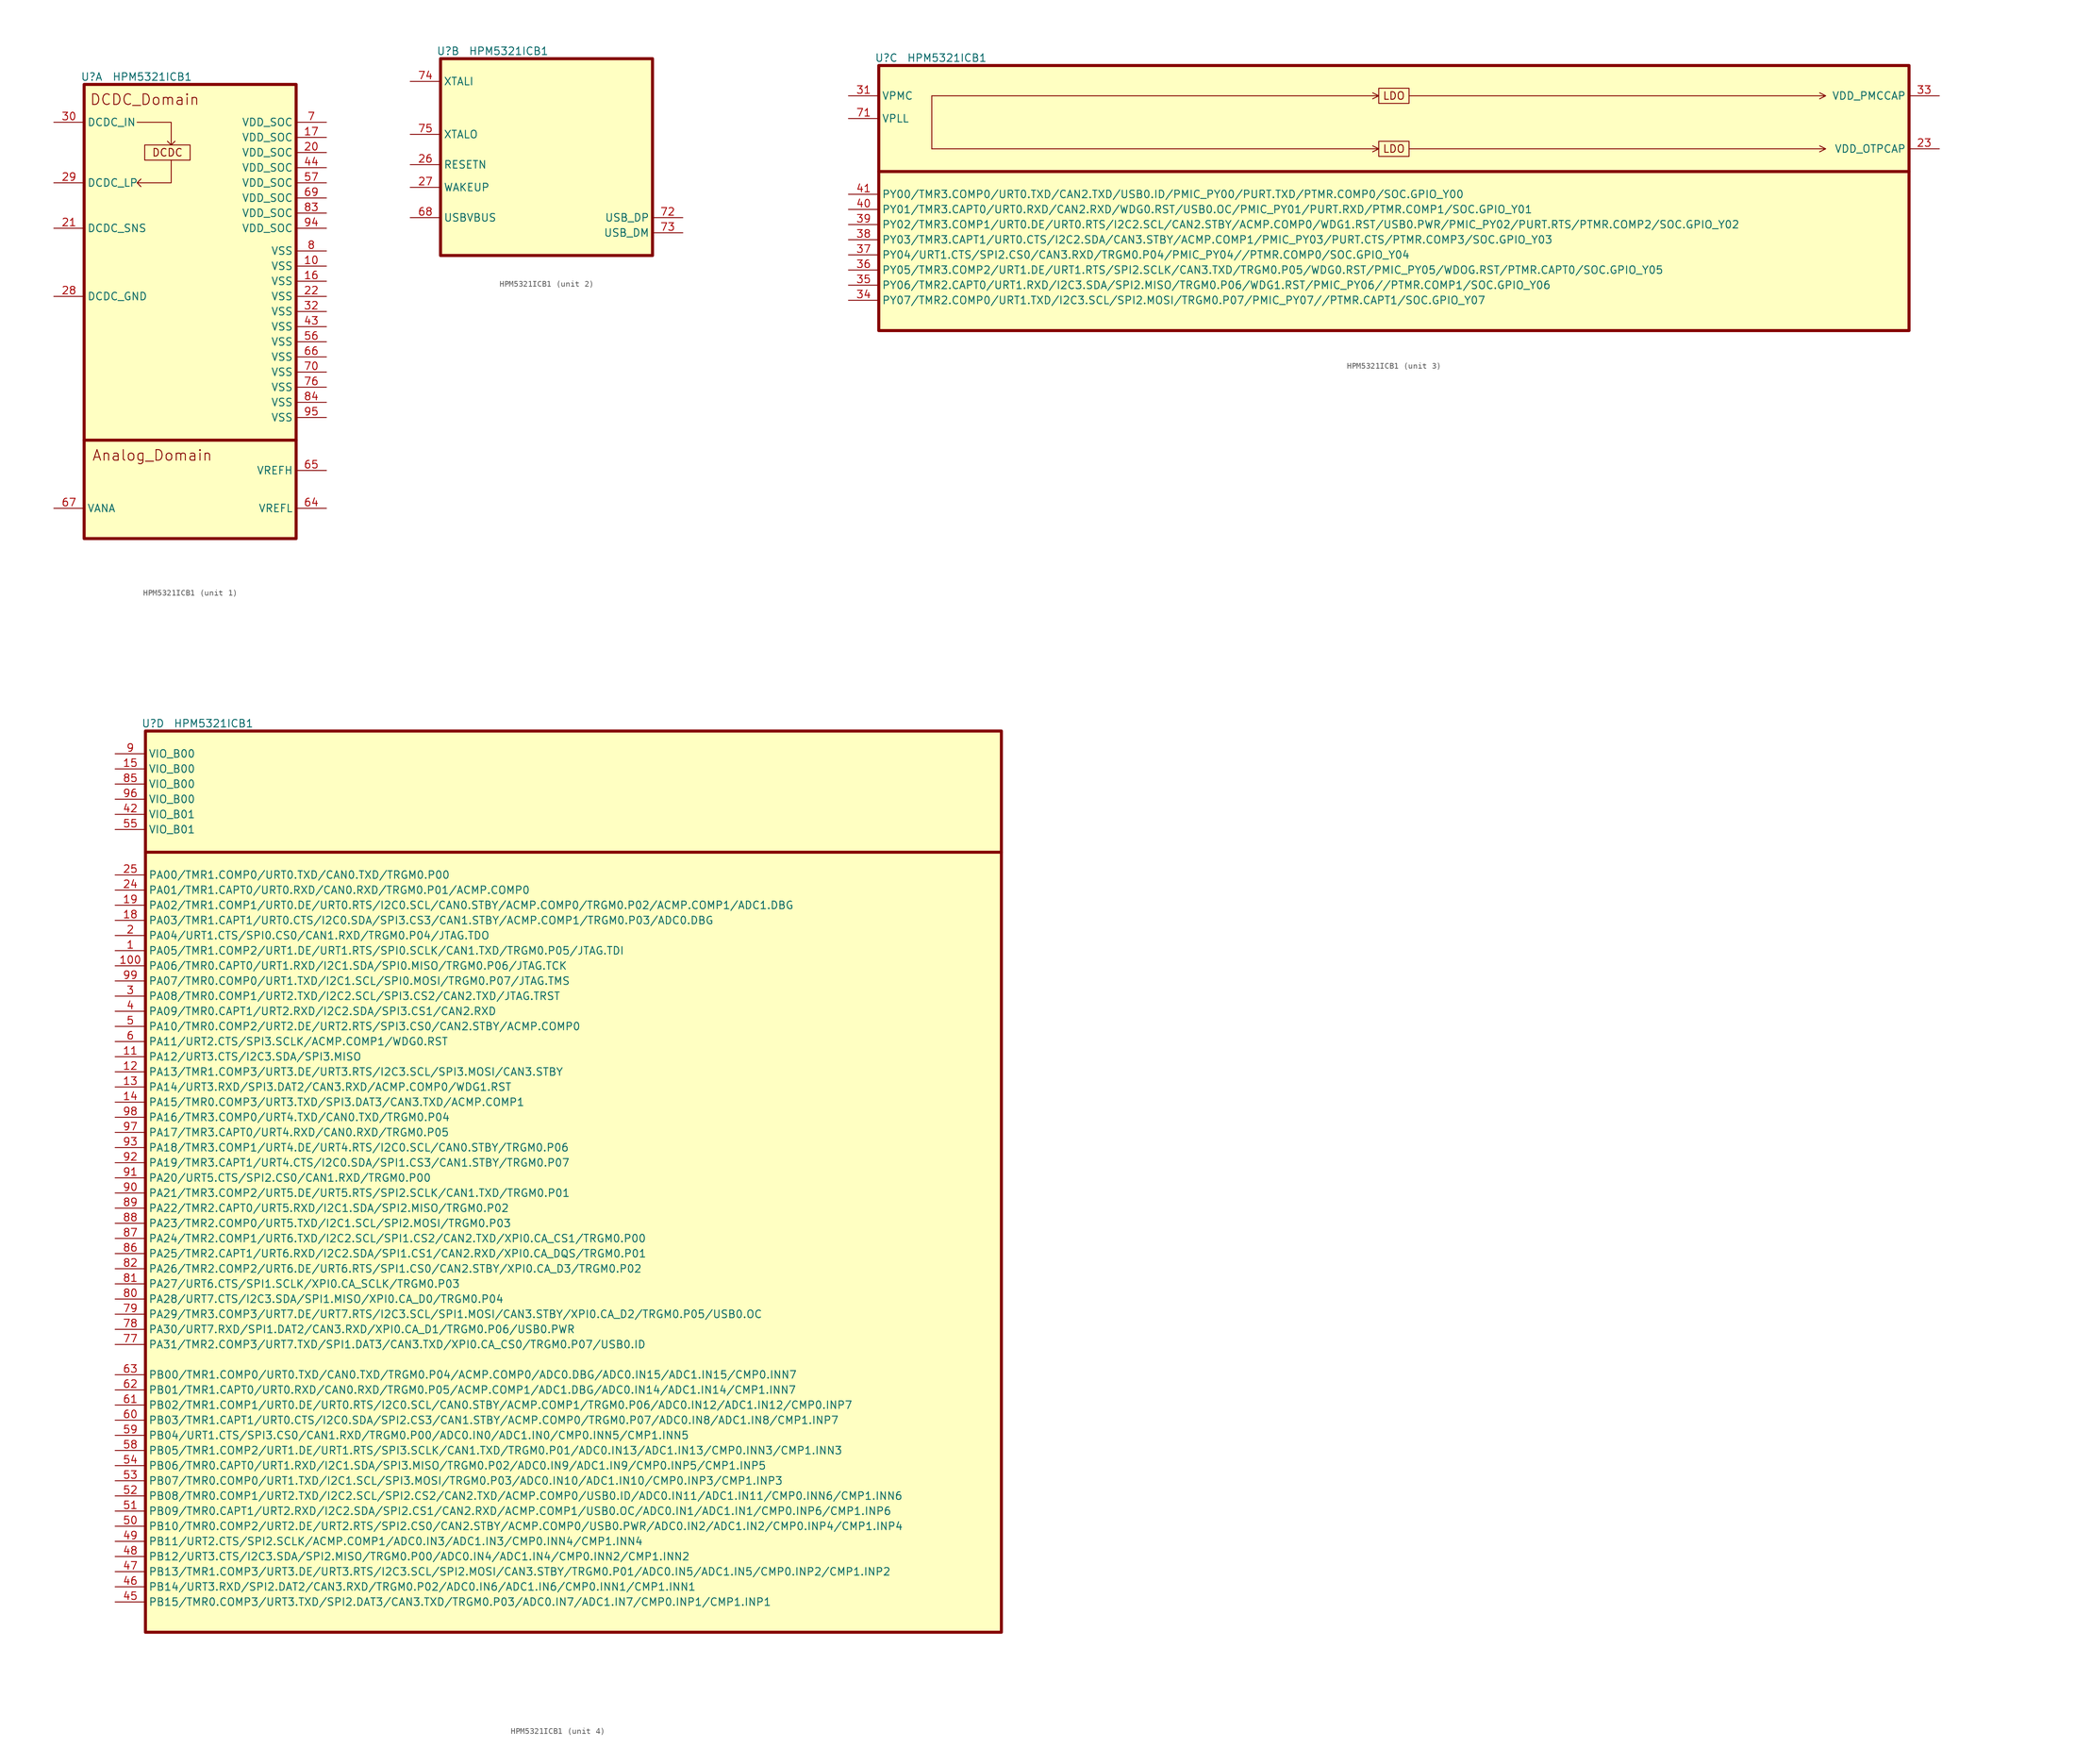
<source format=kicad_sym>
(kicad_symbol_lib
  (version 20220914)
  (generator kicad_symbol_editor)
  (symbol "HPM5321ICB1"
    (property "Reference" "U"
      (at 1.27 1.27 0)
      (effects (font (size 1.27 1.27))))
    (property "Value" "HPM5321ICB1"
      (at 11.43 1.27 0)
      (effects (font (size 1.27 1.27))))
    (property "ki_locked" ""
      (at 0 0 0)
      (effects (font (size 1.27 1.27))))
    (symbol "HPM5321ICB1_1_1"
      (polyline (pts (xy 0 -59.69) (xy 35.56 -59.69)) (stroke (width 0.508) (type default)) (fill (type none)))
      (polyline (pts (xy 8.89 -6.35) (xy 14.605 -6.35) (xy 14.605 -10.16) (xy 13.97 -9.525) (xy 14.605 -10.16) (xy 15.24 -9.525)) (stroke (width 0) (type default)) (fill (type none)))
      (polyline (pts (xy 14.605 -12.7) (xy 14.605 -16.51) (xy 8.89 -16.51) (xy 9.525 -15.875) (xy 8.89 -16.51) (xy 9.525 -17.145)) (stroke (width 0) (type default)) (fill (type none)))
      (rectangle (start 0 0) (end 35.56 -76.2) (stroke (width 0.508) (type default)) (fill (type background)))
      (rectangle (start 10.16 -10.16) (end 17.78 -12.7) (stroke (width 0) (type default)) (fill (type none)))
      (text "Analog_Domain" (at 11.43 -62.23 0) (effects (font (size 1.778 1.778))))
      (text "DCDC" (at 13.97 -11.43 0) (effects (font (size 1.27 1.27))))
      (text "DCDC_Domain" (at 10.16 -2.54 0) (effects (font (size 1.778 1.778))))
      (pin power_in line (at 40.64 -30.48 180) (length 5.08) (name "VSS" (effects (font (size 1.27 1.27)))) (number "10" (effects (font (size 1.27 1.27)))))
      (pin power_in line (at 40.64 -33.02 180) (length 5.08) (name "VSS" (effects (font (size 1.27 1.27)))) (number "16" (effects (font (size 1.27 1.27)))))
      (pin power_in line (at 40.64 -8.89 180) (length 5.08) (name "VDD_SOC" (effects (font (size 1.27 1.27)))) (number "17" (effects (font (size 1.27 1.27)))))
      (pin power_in line (at 40.64 -11.43 180) (length 5.08) (name "VDD_SOC" (effects (font (size 1.27 1.27)))) (number "20" (effects (font (size 1.27 1.27)))))
      (pin power_in line (at -5.08 -24.13 0) (length 5.08) (name "DCDC_SNS" (effects (font (size 1.27 1.27)))) (number "21" (effects (font (size 1.27 1.27)))))
      (pin power_in line (at 40.64 -35.56 180) (length 5.08) (name "VSS" (effects (font (size 1.27 1.27)))) (number "22" (effects (font (size 1.27 1.27)))))
      (pin power_in line (at -5.08 -35.56 0) (length 5.08) (name "DCDC_GND" (effects (font (size 1.27 1.27)))) (number "28" (effects (font (size 1.27 1.27)))))
      (pin power_in line (at -5.08 -16.51 0) (length 5.08) (name "DCDC_LP" (effects (font (size 1.27 1.27)))) (number "29" (effects (font (size 1.27 1.27)))))
      (pin power_in line (at -5.08 -6.35 0) (length 5.08) (name "DCDC_IN" (effects (font (size 1.27 1.27)))) (number "30" (effects (font (size 1.27 1.27)))))
      (pin power_in line (at 40.64 -38.1 180) (length 5.08) (name "VSS" (effects (font (size 1.27 1.27)))) (number "32" (effects (font (size 1.27 1.27)))))
      (pin power_in line (at 40.64 -40.64 180) (length 5.08) (name "VSS" (effects (font (size 1.27 1.27)))) (number "43" (effects (font (size 1.27 1.27)))))
      (pin power_in line (at 40.64 -13.97 180) (length 5.08) (name "VDD_SOC" (effects (font (size 1.27 1.27)))) (number "44" (effects (font (size 1.27 1.27)))))
      (pin power_in line (at 40.64 -43.18 180) (length 5.08) (name "VSS" (effects (font (size 1.27 1.27)))) (number "56" (effects (font (size 1.27 1.27)))))
      (pin power_in line (at 40.64 -16.51 180) (length 5.08) (name "VDD_SOC" (effects (font (size 1.27 1.27)))) (number "57" (effects (font (size 1.27 1.27)))))
      (pin power_in line (at 40.64 -71.12 180) (length 5.08) (name "VREFL" (effects (font (size 1.27 1.27)))) (number "64" (effects (font (size 1.27 1.27)))))
      (pin power_in line (at 40.64 -64.77 180) (length 5.08) (name "VREFH" (effects (font (size 1.27 1.27)))) (number "65" (effects (font (size 1.27 1.27)))))
      (pin power_in line (at 40.64 -45.72 180) (length 5.08) (name "VSS" (effects (font (size 1.27 1.27)))) (number "66" (effects (font (size 1.27 1.27)))))
      (pin power_in line (at -5.08 -71.12 0) (length 5.08) (name "VANA" (effects (font (size 1.27 1.27)))) (number "67" (effects (font (size 1.27 1.27)))))
      (pin power_in line (at 40.64 -19.05 180) (length 5.08) (name "VDD_SOC" (effects (font (size 1.27 1.27)))) (number "69" (effects (font (size 1.27 1.27)))))
      (pin power_in line (at 40.64 -6.35 180) (length 5.08) (name "VDD_SOC" (effects (font (size 1.27 1.27)))) (number "7" (effects (font (size 1.27 1.27)))))
      (pin power_in line (at 40.64 -48.26 180) (length 5.08) (name "VSS" (effects (font (size 1.27 1.27)))) (number "70" (effects (font (size 1.27 1.27)))))
      (pin power_in line (at 40.64 -50.8 180) (length 5.08) (name "VSS" (effects (font (size 1.27 1.27)))) (number "76" (effects (font (size 1.27 1.27)))))
      (pin power_in line (at 40.64 -27.94 180) (length 5.08) (name "VSS" (effects (font (size 1.27 1.27)))) (number "8" (effects (font (size 1.27 1.27)))))
      (pin power_in line (at 40.64 -21.59 180) (length 5.08) (name "VDD_SOC" (effects (font (size 1.27 1.27)))) (number "83" (effects (font (size 1.27 1.27)))))
      (pin power_in line (at 40.64 -53.34 180) (length 5.08) (name "VSS" (effects (font (size 1.27 1.27)))) (number "84" (effects (font (size 1.27 1.27)))))
      (pin power_in line (at 40.64 -24.13 180) (length 5.08) (name "VDD_SOC" (effects (font (size 1.27 1.27)))) (number "94" (effects (font (size 1.27 1.27)))))
      (pin power_in line (at 40.64 -55.88 180) (length 5.08) (name "VSS" (effects (font (size 1.27 1.27)))) (number "95" (effects (font (size 1.27 1.27))))))
    (symbol "HPM5321ICB1_2_1"
      (rectangle (start 0 0) (end 35.56 -33.02) (stroke (width 0.508) (type default)) (fill (type background)))
      (pin input line (at -5.08 -17.78 0) (length 5.08) (name "RESETN" (effects (font (size 1.27 1.27)))) (number "26" (effects (font (size 1.27 1.27)))))
      (pin input line (at -5.08 -21.59 0) (length 5.08) (name "WAKEUP" (effects (font (size 1.27 1.27)))) (number "27" (effects (font (size 1.27 1.27)))))
      (pin power_in line (at -5.08 -26.67 0) (length 5.08) (name "USBVBUS" (effects (font (size 1.27 1.27)))) (number "68" (effects (font (size 1.27 1.27)))))
      (pin bidirectional line (at 40.64 -26.67 180) (length 5.08) (name "USB_DP" (effects (font (size 1.27 1.27)))) (number "72" (effects (font (size 1.27 1.27)))))
      (pin bidirectional line (at 40.64 -29.21 180) (length 5.08) (name "USB_DM" (effects (font (size 1.27 1.27)))) (number "73" (effects (font (size 1.27 1.27)))))
      (pin bidirectional line (at -5.08 -3.81 0) (length 5.08) (name "XTALI" (effects (font (size 1.27 1.27)))) (number "74" (effects (font (size 1.27 1.27)))))
      (pin bidirectional line (at -5.08 -12.7 0) (length 5.08) (name "XTALO" (effects (font (size 1.27 1.27)))) (number "75" (effects (font (size 1.27 1.27))))))
    (symbol "HPM5321ICB1_3_0"
      (polyline (pts (xy 8.89 -13.97) (xy 83.82 -13.97) (xy 82.804 -13.462) (xy 83.82 -13.97) (xy 82.804 -14.478)) (stroke (width 0) (type default)) (fill (type none)))
      (polyline (pts (xy 8.89 -5.08) (xy 83.82 -5.08) (xy 82.804 -4.572) (xy 83.82 -5.08) (xy 82.804 -5.588)) (stroke (width 0) (type default)) (fill (type none)))
      (polyline (pts (xy 88.9 -13.97) (xy 158.75 -13.97) (xy 157.734 -13.462) (xy 158.75 -13.97) (xy 157.734 -14.478)) (stroke (width 0) (type default)) (fill (type none)))
      (polyline (pts (xy 88.9 -5.08) (xy 158.75 -5.08) (xy 157.734 -4.572) (xy 158.75 -5.08) (xy 157.734 -5.588)) (stroke (width 0) (type default)) (fill (type none))))
    (symbol "HPM5321ICB1_3_1"
      (polyline (pts (xy 0 -17.78) (xy 172.72 -17.78)) (stroke (width 0.508) (type default)) (fill (type none)))
      (polyline (pts (xy 8.89 -12.7) (xy 8.89 -5.08) (xy 8.89 -13.97)) (stroke (width 0) (type default)) (fill (type none)))
      (rectangle (start 0 0) (end 172.72 -44.45) (stroke (width 0.508) (type default)) (fill (type background)))
      (rectangle (start 83.82 -12.7) (end 88.9 -15.24) (stroke (width 0) (type default)) (fill (type none)))
      (rectangle (start 83.82 -3.81) (end 88.9 -6.35) (stroke (width 0) (type default)) (fill (type none)))
      (text "LDO" (at 86.36 -13.97 0) (effects (font (size 1.27 1.27))))
      (text "LDO" (at 86.36 -5.08 0) (effects (font (size 1.27 1.27))))
      (pin power_out line (at 177.8 -13.97 180) (length 5.08) (name "VDD_OTPCAP" (effects (font (size 1.27 1.27)))) (number "23" (effects (font (size 1.27 1.27)))))
      (pin power_in line (at -5.08 -5.08 0) (length 5.08) (name "VPMC" (effects (font (size 1.27 1.27)))) (number "31" (effects (font (size 1.27 1.27)))))
      (pin power_out line (at 177.8 -5.08 180) (length 5.08) (name "VDD_PMCCAP" (effects (font (size 1.27 1.27)))) (number "33" (effects (font (size 1.27 1.27)))))
      (pin bidirectional line (at -5.08 -39.37 0) (length 5.08) (name "PY07/TMR2.COMP0/URT1.TXD/I2C3.SCL/SPI2.MOSI/TRGM0.P07/PMIC_PY07//PTMR.CAPT1/SOC.GPIO_Y07" (effects (font (size 1.27 1.27)))) (number "34" (effects (font (size 1.27 1.27)))))
      (pin bidirectional line (at -5.08 -36.83 0) (length 5.08) (name "PY06/TMR2.CAPT0/URT1.RXD/I2C3.SDA/SPI2.MISO/TRGM0.P06/WDG1.RST/PMIC_PY06//PTMR.COMP1/SOC.GPIO_Y06" (effects (font (size 1.27 1.27)))) (number "35" (effects (font (size 1.27 1.27)))))
      (pin bidirectional line (at -5.08 -34.29 0) (length 5.08) (name "PY05/TMR3.COMP2/URT1.DE/URT1.RTS/SPI2.SCLK/CAN3.TXD/TRGM0.P05/WDG0.RST/PMIC_PY05/WDOG.RST/PTMR.CAPT0/SOC.GPIO_Y05" (effects (font (size 1.27 1.27)))) (number "36" (effects (font (size 1.27 1.27)))))
      (pin bidirectional line (at -5.08 -31.75 0) (length 5.08) (name "PY04/URT1.CTS/SPI2.CS0/CAN3.RXD/TRGM0.P04/PMIC_PY04//PTMR.COMP0/SOC.GPIO_Y04" (effects (font (size 1.27 1.27)))) (number "37" (effects (font (size 1.27 1.27)))))
      (pin bidirectional line (at -5.08 -29.21 0) (length 5.08) (name "PY03/TMR3.CAPT1/URT0.CTS/I2C2.SDA/CAN3.STBY/ACMP.COMP1/PMIC_PY03/PURT.CTS/PTMR.COMP3/SOC.GPIO_Y03" (effects (font (size 1.27 1.27)))) (number "38" (effects (font (size 1.27 1.27)))))
      (pin bidirectional line (at -5.08 -26.67 0) (length 5.08) (name "PY02/TMR3.COMP1/URT0.DE/URT0.RTS/I2C2.SCL/CAN2.STBY/ACMP.COMP0/WDG1.RST/USB0.PWR/PMIC_PY02/PURT.RTS/PTMR.COMP2/SOC.GPIO_Y02" (effects (font (size 1.27 1.27)))) (number "39" (effects (font (size 1.27 1.27)))))
      (pin bidirectional line (at -5.08 -24.13 0) (length 5.08) (name "PY01/TMR3.CAPT0/URT0.RXD/CAN2.RXD/WDG0.RST/USB0.OC/PMIC_PY01/PURT.RXD/PTMR.COMP1/SOC.GPIO_Y01" (effects (font (size 1.27 1.27)))) (number "40" (effects (font (size 1.27 1.27)))))
      (pin bidirectional line (at -5.08 -21.59 0) (length 5.08) (name "PY00/TMR3.COMP0/URT0.TXD/CAN2.TXD/USB0.ID/PMIC_PY00/PURT.TXD/PTMR.COMP0/SOC.GPIO_Y00" (effects (font (size 1.27 1.27)))) (number "41" (effects (font (size 1.27 1.27)))))
      (pin power_in line (at -5.08 -8.89 0) (length 5.08) (name "VPLL" (effects (font (size 1.27 1.27)))) (number "71" (effects (font (size 1.27 1.27))))))
    (symbol "HPM5321ICB1_4_1"
      (polyline (pts (xy 0 -20.32) (xy 143.51 -20.32)) (stroke (width 0.5) (type default)) (fill (type none)))
      (rectangle (start 0 0) (end 143.51 -151.13) (stroke (width 0.508) (type default)) (fill (type background)))
      (pin bidirectional line (at -5.08 -36.83 0) (length 5.08) (name "PA05/TMR1.COMP2/URT1.DE/URT1.RTS/SPI0.SCLK/CAN1.TXD/TRGM0.P05/JTAG.TDI" (effects (font (size 1.27 1.27)))) (number "1" (effects (font (size 1.27 1.27)))))
      (pin bidirectional line (at -5.08 -39.37 0) (length 5.08) (name "PA06/TMR0.CAPT0/URT1.RXD/I2C1.SDA/SPI0.MISO/TRGM0.P06/JTAG.TCK" (effects (font (size 1.27 1.27)))) (number "100" (effects (font (size 1.27 1.27)))))
      (pin bidirectional line (at -5.08 -54.61 0) (length 5.08) (name "PA12/URT3.CTS/I2C3.SDA/SPI3.MISO" (effects (font (size 1.27 1.27)))) (number "11" (effects (font (size 1.27 1.27)))))
      (pin bidirectional line (at -5.08 -57.15 0) (length 5.08) (name "PA13/TMR1.COMP3/URT3.DE/URT3.RTS/I2C3.SCL/SPI3.MOSI/CAN3.STBY" (effects (font (size 1.27 1.27)))) (number "12" (effects (font (size 1.27 1.27)))))
      (pin bidirectional line (at -5.08 -59.69 0) (length 5.08) (name "PA14/URT3.RXD/SPI3.DAT2/CAN3.RXD/ACMP.COMP0/WDG1.RST" (effects (font (size 1.27 1.27)))) (number "13" (effects (font (size 1.27 1.27)))))
      (pin bidirectional line (at -5.08 -62.23 0) (length 5.08) (name "PA15/TMR0.COMP3/URT3.TXD/SPI3.DAT3/CAN3.TXD/ACMP.COMP1" (effects (font (size 1.27 1.27)))) (number "14" (effects (font (size 1.27 1.27)))))
      (pin power_in line (at -5.08 -6.35 0) (length 5.08) (name "VIO_B00" (effects (font (size 1.27 1.27)))) (number "15" (effects (font (size 1.27 1.27)))))
      (pin bidirectional line (at -5.08 -31.75 0) (length 5.08) (name "PA03/TMR1.CAPT1/URT0.CTS/I2C0.SDA/SPI3.CS3/CAN1.STBY/ACMP.COMP1/TRGM0.P03/ADC0.DBG" (effects (font (size 1.27 1.27)))) (number "18" (effects (font (size 1.27 1.27)))))
      (pin bidirectional line (at -5.08 -29.21 0) (length 5.08) (name "PA02/TMR1.COMP1/URT0.DE/URT0.RTS/I2C0.SCL/CAN0.STBY/ACMP.COMP0/TRGM0.P02/ACMP.COMP1/ADC1.DBG" (effects (font (size 1.27 1.27)))) (number "19" (effects (font (size 1.27 1.27)))))
      (pin bidirectional line (at -5.08 -34.29 0) (length 5.08) (name "PA04/URT1.CTS/SPI0.CS0/CAN1.RXD/TRGM0.P04/JTAG.TDO" (effects (font (size 1.27 1.27)))) (number "2" (effects (font (size 1.27 1.27)))))
      (pin bidirectional line (at -5.08 -26.67 0) (length 5.08) (name "PA01/TMR1.CAPT0/URT0.RXD/CAN0.RXD/TRGM0.P01/ACMP.COMP0" (effects (font (size 1.27 1.27)))) (number "24" (effects (font (size 1.27 1.27)))))
      (pin bidirectional line (at -5.08 -24.13 0) (length 5.08) (name "PA00/TMR1.COMP0/URT0.TXD/CAN0.TXD/TRGM0.P00" (effects (font (size 1.27 1.27)))) (number "25" (effects (font (size 1.27 1.27)))))
      (pin bidirectional line (at -5.08 -44.45 0) (length 5.08) (name "PA08/TMR0.COMP1/URT2.TXD/I2C2.SCL/SPI3.CS2/CAN2.TXD/JTAG.TRST" (effects (font (size 1.27 1.27)))) (number "3" (effects (font (size 1.27 1.27)))))
      (pin bidirectional line (at -5.08 -46.99 0) (length 5.08) (name "PA09/TMR0.CAPT1/URT2.RXD/I2C2.SDA/SPI3.CS1/CAN2.RXD" (effects (font (size 1.27 1.27)))) (number "4" (effects (font (size 1.27 1.27)))))
      (pin power_in line (at -5.08 -13.97 0) (length 5.08) (name "VIO_B01" (effects (font (size 1.27 1.27)))) (number "42" (effects (font (size 1.27 1.27)))))
      (pin bidirectional line (at -5.08 -146.05 0) (length 5.08) (name "PB15/TMR0.COMP3/URT3.TXD/SPI2.DAT3/CAN3.TXD/TRGM0.P03/ADC0.IN7/ADC1.IN7/CMP0.INP1/CMP1.INP1" (effects (font (size 1.27 1.27)))) (number "45" (effects (font (size 1.27 1.27)))))
      (pin bidirectional line (at -5.08 -143.51 0) (length 5.08) (name "PB14/URT3.RXD/SPI2.DAT2/CAN3.RXD/TRGM0.P02/ADC0.IN6/ADC1.IN6/CMP0.INN1/CMP1.INN1" (effects (font (size 1.27 1.27)))) (number "46" (effects (font (size 1.27 1.27)))))
      (pin bidirectional line (at -5.08 -140.97 0) (length 5.08) (name "PB13/TMR1.COMP3/URT3.DE/URT3.RTS/I2C3.SCL/SPI2.MOSI/CAN3.STBY/TRGM0.P01/ADC0.IN5/ADC1.IN5/CMP0.INP2/CMP1.INP2" (effects (font (size 1.27 1.27)))) (number "47" (effects (font (size 1.27 1.27)))))
      (pin bidirectional line (at -5.08 -138.43 0) (length 5.08) (name "PB12/URT3.CTS/I2C3.SDA/SPI2.MISO/TRGM0.P00/ADC0.IN4/ADC1.IN4/CMP0.INN2/CMP1.INN2" (effects (font (size 1.27 1.27)))) (number "48" (effects (font (size 1.27 1.27)))))
      (pin bidirectional line (at -5.08 -135.89 0) (length 5.08) (name "PB11/URT2.CTS/SPI2.SCLK/ACMP.COMP1/ADC0.IN3/ADC1.IN3/CMP0.INN4/CMP1.INN4" (effects (font (size 1.27 1.27)))) (number "49" (effects (font (size 1.27 1.27)))))
      (pin bidirectional line (at -5.08 -49.53 0) (length 5.08) (name "PA10/TMR0.COMP2/URT2.DE/URT2.RTS/SPI3.CS0/CAN2.STBY/ACMP.COMP0" (effects (font (size 1.27 1.27)))) (number "5" (effects (font (size 1.27 1.27)))))
      (pin bidirectional line (at -5.08 -133.35 0) (length 5.08) (name "PB10/TMR0.COMP2/URT2.DE/URT2.RTS/SPI2.CS0/CAN2.STBY/ACMP.COMP0/USB0.PWR/ADC0.IN2/ADC1.IN2/CMP0.INP4/CMP1.INP4" (effects (font (size 1.27 1.27)))) (number "50" (effects (font (size 1.27 1.27)))))
      (pin bidirectional line (at -5.08 -130.81 0) (length 5.08) (name "PB09/TMR0.CAPT1/URT2.RXD/I2C2.SDA/SPI2.CS1/CAN2.RXD/ACMP.COMP1/USB0.OC/ADC0.IN1/ADC1.IN1/CMP0.INP6/CMP1.INP6" (effects (font (size 1.27 1.27)))) (number "51" (effects (font (size 1.27 1.27)))))
      (pin bidirectional line (at -5.08 -128.27 0) (length 5.08) (name "PB08/TMR0.COMP1/URT2.TXD/I2C2.SCL/SPI2.CS2/CAN2.TXD/ACMP.COMP0/USB0.ID/ADC0.IN11/ADC1.IN11/CMP0.INN6/CMP1.INN6" (effects (font (size 1.27 1.27)))) (number "52" (effects (font (size 1.27 1.27)))))
      (pin bidirectional line (at -5.08 -125.73 0) (length 5.08) (name "PB07/TMR0.COMP0/URT1.TXD/I2C1.SCL/SPI3.MOSI/TRGM0.P03/ADC0.IN10/ADC1.IN10/CMP0.INP3/CMP1.INP3" (effects (font (size 1.27 1.27)))) (number "53" (effects (font (size 1.27 1.27)))))
      (pin bidirectional line (at -5.08 -123.19 0) (length 5.08) (name "PB06/TMR0.CAPT0/URT1.RXD/I2C1.SDA/SPI3.MISO/TRGM0.P02/ADC0.IN9/ADC1.IN9/CMP0.INP5/CMP1.INP5" (effects (font (size 1.27 1.27)))) (number "54" (effects (font (size 1.27 1.27)))))
      (pin power_in line (at -5.08 -16.51 0) (length 5.08) (name "VIO_B01" (effects (font (size 1.27 1.27)))) (number "55" (effects (font (size 1.27 1.27)))))
      (pin bidirectional line (at -5.08 -120.65 0) (length 5.08) (name "PB05/TMR1.COMP2/URT1.DE/URT1.RTS/SPI3.SCLK/CAN1.TXD/TRGM0.P01/ADC0.IN13/ADC1.IN13/CMP0.INN3/CMP1.INN3" (effects (font (size 1.27 1.27)))) (number "58" (effects (font (size 1.27 1.27)))))
      (pin bidirectional line (at -5.08 -118.11 0) (length 5.08) (name "PB04/URT1.CTS/SPI3.CS0/CAN1.RXD/TRGM0.P00/ADC0.IN0/ADC1.IN0/CMP0.INN5/CMP1.INN5" (effects (font (size 1.27 1.27)))) (number "59" (effects (font (size 1.27 1.27)))))
      (pin bidirectional line (at -5.08 -52.07 0) (length 5.08) (name "PA11/URT2.CTS/SPI3.SCLK/ACMP.COMP1/WDG0.RST" (effects (font (size 1.27 1.27)))) (number "6" (effects (font (size 1.27 1.27)))))
      (pin bidirectional line (at -5.08 -115.57 0) (length 5.08) (name "PB03/TMR1.CAPT1/URT0.CTS/I2C0.SDA/SPI2.CS3/CAN1.STBY/ACMP.COMP0/TRGM0.P07/ADC0.IN8/ADC1.IN8/CMP1.INP7" (effects (font (size 1.27 1.27)))) (number "60" (effects (font (size 1.27 1.27)))))
      (pin bidirectional line (at -5.08 -113.03 0) (length 5.08) (name "PB02/TMR1.COMP1/URT0.DE/URT0.RTS/I2C0.SCL/CAN0.STBY/ACMP.COMP1/TRGM0.P06/ADC0.IN12/ADC1.IN12/CMP0.INP7" (effects (font (size 1.27 1.27)))) (number "61" (effects (font (size 1.27 1.27)))))
      (pin bidirectional line (at -5.08 -110.49 0) (length 5.08) (name "PB01/TMR1.CAPT0/URT0.RXD/CAN0.RXD/TRGM0.P05/ACMP.COMP1/ADC1.DBG/ADC0.IN14/ADC1.IN14/CMP1.INN7" (effects (font (size 1.27 1.27)))) (number "62" (effects (font (size 1.27 1.27)))))
      (pin bidirectional line (at -5.08 -107.95 0) (length 5.08) (name "PB00/TMR1.COMP0/URT0.TXD/CAN0.TXD/TRGM0.P04/ACMP.COMP0/ADC0.DBG/ADC0.IN15/ADC1.IN15/CMP0.INN7" (effects (font (size 1.27 1.27)))) (number "63" (effects (font (size 1.27 1.27)))))
      (pin bidirectional line (at -5.08 -102.87 0) (length 5.08) (name "PA31/TMR2.COMP3/URT7.TXD/SPI1.DAT3/CAN3.TXD/XPI0.CA_CS0/TRGM0.P07/USB0.ID" (effects (font (size 1.27 1.27)))) (number "77" (effects (font (size 1.27 1.27)))))
      (pin bidirectional line (at -5.08 -100.33 0) (length 5.08) (name "PA30/URT7.RXD/SPI1.DAT2/CAN3.RXD/XPI0.CA_D1/TRGM0.P06/USB0.PWR" (effects (font (size 1.27 1.27)))) (number "78" (effects (font (size 1.27 1.27)))))
      (pin bidirectional line (at -5.08 -97.79 0) (length 5.08) (name "PA29/TMR3.COMP3/URT7.DE/URT7.RTS/I2C3.SCL/SPI1.MOSI/CAN3.STBY/XPI0.CA_D2/TRGM0.P05/USB0.OC" (effects (font (size 1.27 1.27)))) (number "79" (effects (font (size 1.27 1.27)))))
      (pin bidirectional line (at -5.08 -95.25 0) (length 5.08) (name "PA28/URT7.CTS/I2C3.SDA/SPI1.MISO/XPI0.CA_D0/TRGM0.P04" (effects (font (size 1.27 1.27)))) (number "80" (effects (font (size 1.27 1.27)))))
      (pin bidirectional line (at -5.08 -92.71 0) (length 5.08) (name "PA27/URT6.CTS/SPI1.SCLK/XPI0.CA_SCLK/TRGM0.P03" (effects (font (size 1.27 1.27)))) (number "81" (effects (font (size 1.27 1.27)))))
      (pin bidirectional line (at -5.08 -90.17 0) (length 5.08) (name "PA26/TMR2.COMP2/URT6.DE/URT6.RTS/SPI1.CS0/CAN2.STBY/XPI0.CA_D3/TRGM0.P02" (effects (font (size 1.27 1.27)))) (number "82" (effects (font (size 1.27 1.27)))))
      (pin power_in line (at -5.08 -8.89 0) (length 5.08) (name "VIO_B00" (effects (font (size 1.27 1.27)))) (number "85" (effects (font (size 1.27 1.27)))))
      (pin bidirectional line (at -5.08 -87.63 0) (length 5.08) (name "PA25/TMR2.CAPT1/URT6.RXD/I2C2.SDA/SPI1.CS1/CAN2.RXD/XPI0.CA_DQS/TRGM0.P01" (effects (font (size 1.27 1.27)))) (number "86" (effects (font (size 1.27 1.27)))))
      (pin bidirectional line (at -5.08 -85.09 0) (length 5.08) (name "PA24/TMR2.COMP1/URT6.TXD/I2C2.SCL/SPI1.CS2/CAN2.TXD/XPI0.CA_CS1/TRGM0.P00" (effects (font (size 1.27 1.27)))) (number "87" (effects (font (size 1.27 1.27)))))
      (pin bidirectional line (at -5.08 -82.55 0) (length 5.08) (name "PA23/TMR2.COMP0/URT5.TXD/I2C1.SCL/SPI2.MOSI/TRGM0.P03" (effects (font (size 1.27 1.27)))) (number "88" (effects (font (size 1.27 1.27)))))
      (pin bidirectional line (at -5.08 -80.01 0) (length 5.08) (name "PA22/TMR2.CAPT0/URT5.RXD/I2C1.SDA/SPI2.MISO/TRGM0.P02" (effects (font (size 1.27 1.27)))) (number "89" (effects (font (size 1.27 1.27)))))
      (pin power_in line (at -5.08 -3.81 0) (length 5.08) (name "VIO_B00" (effects (font (size 1.27 1.27)))) (number "9" (effects (font (size 1.27 1.27)))))
      (pin bidirectional line (at -5.08 -77.47 0) (length 5.08) (name "PA21/TMR3.COMP2/URT5.DE/URT5.RTS/SPI2.SCLK/CAN1.TXD/TRGM0.P01" (effects (font (size 1.27 1.27)))) (number "90" (effects (font (size 1.27 1.27)))))
      (pin bidirectional line (at -5.08 -74.93 0) (length 5.08) (name "PA20/URT5.CTS/SPI2.CS0/CAN1.RXD/TRGM0.P00" (effects (font (size 1.27 1.27)))) (number "91" (effects (font (size 1.27 1.27)))))
      (pin bidirectional line (at -5.08 -72.39 0) (length 5.08) (name "PA19/TMR3.CAPT1/URT4.CTS/I2C0.SDA/SPI1.CS3/CAN1.STBY/TRGM0.P07" (effects (font (size 1.27 1.27)))) (number "92" (effects (font (size 1.27 1.27)))))
      (pin bidirectional line (at -5.08 -69.85 0) (length 5.08) (name "PA18/TMR3.COMP1/URT4.DE/URT4.RTS/I2C0.SCL/CAN0.STBY/TRGM0.P06" (effects (font (size 1.27 1.27)))) (number "93" (effects (font (size 1.27 1.27)))))
      (pin power_in line (at -5.08 -11.43 0) (length 5.08) (name "VIO_B00" (effects (font (size 1.27 1.27)))) (number "96" (effects (font (size 1.27 1.27)))))
      (pin bidirectional line (at -5.08 -67.31 0) (length 5.08) (name "PA17/TMR3.CAPT0/URT4.RXD/CAN0.RXD/TRGM0.P05" (effects (font (size 1.27 1.27)))) (number "97" (effects (font (size 1.27 1.27)))))
      (pin bidirectional line (at -5.08 -64.77 0) (length 5.08) (name "PA16/TMR3.COMP0/URT4.TXD/CAN0.TXD/TRGM0.P04" (effects (font (size 1.27 1.27)))) (number "98" (effects (font (size 1.27 1.27)))))
      (pin bidirectional line (at -5.08 -41.91 0) (length 5.08) (name "PA07/TMR0.COMP0/URT1.TXD/I2C1.SCL/SPI0.MOSI/TRGM0.P07/JTAG.TMS" (effects (font (size 1.27 1.27)))) (number "99" (effects (font (size 1.27 1.27))))))))
</source>
